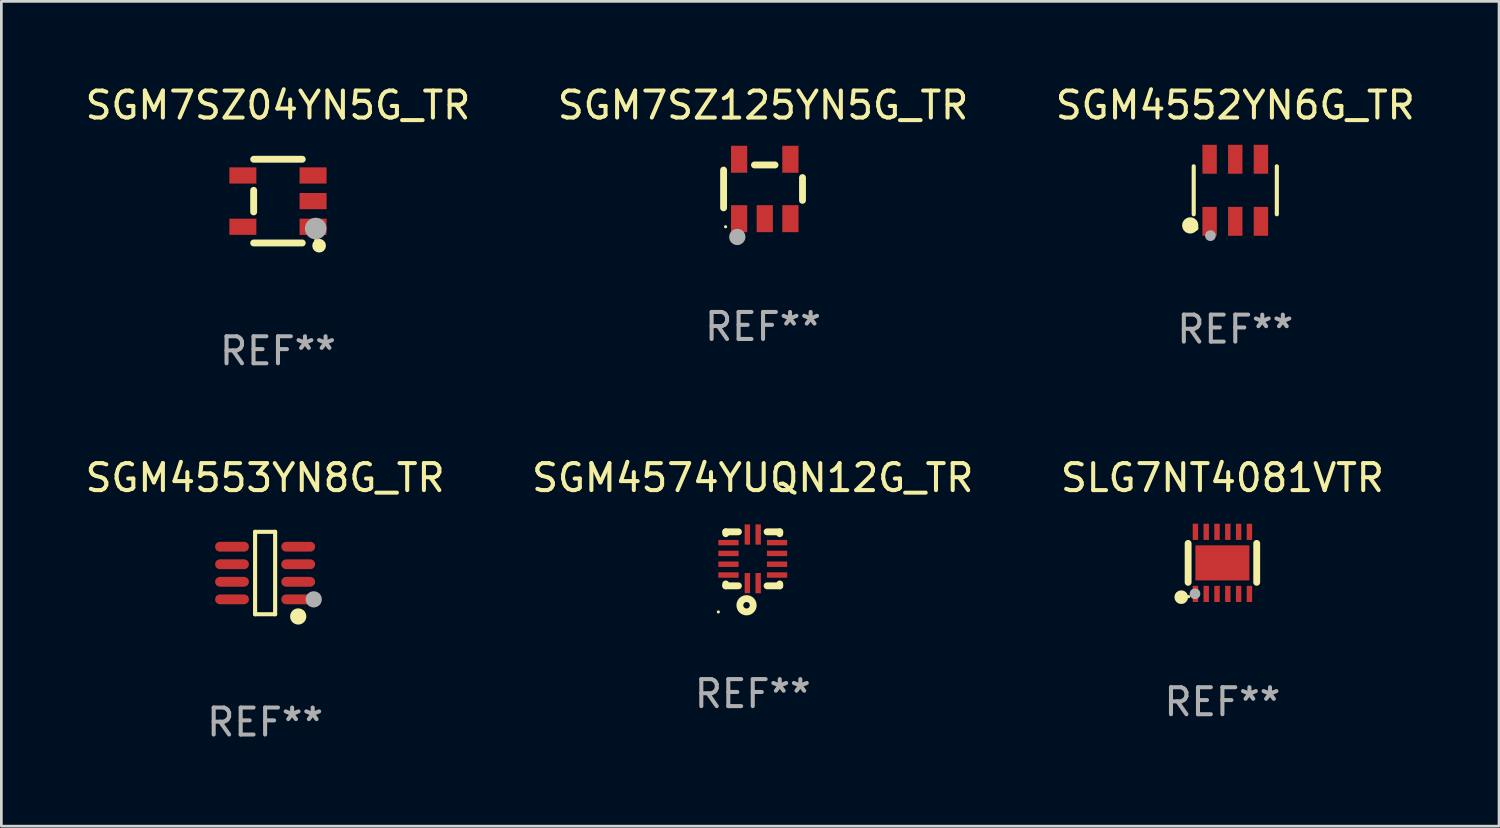
<source format=kicad_pcb>
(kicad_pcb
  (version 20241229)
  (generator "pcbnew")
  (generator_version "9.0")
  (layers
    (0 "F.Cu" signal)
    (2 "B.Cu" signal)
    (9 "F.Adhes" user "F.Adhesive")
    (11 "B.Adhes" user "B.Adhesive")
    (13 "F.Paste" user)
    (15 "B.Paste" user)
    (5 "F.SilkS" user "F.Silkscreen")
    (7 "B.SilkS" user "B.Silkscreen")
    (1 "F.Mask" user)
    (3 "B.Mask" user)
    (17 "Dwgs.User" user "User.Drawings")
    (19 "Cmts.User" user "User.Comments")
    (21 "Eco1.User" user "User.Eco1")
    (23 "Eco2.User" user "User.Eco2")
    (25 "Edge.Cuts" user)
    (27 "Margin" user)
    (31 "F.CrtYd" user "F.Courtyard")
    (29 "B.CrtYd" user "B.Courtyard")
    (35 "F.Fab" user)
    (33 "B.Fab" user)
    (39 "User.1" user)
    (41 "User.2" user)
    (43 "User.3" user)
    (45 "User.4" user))
  (footprint "SLG7NT4081VTR"
    (layer "F.Cu")
    (at 42.22 17.795)
    (property "Reference" "SLG7NT4081VTR" (at 0 -3.15 0) (layer "F.SilkS") (effects (font (size 1 1) (thickness 0.15))))
    (attr through_hole)
    (fp_line (start -1.27 0.721) (end -1.27 -0.721) (stroke (width 0.254) (type solid)) (layer "F.SilkS"))
    (fp_line (start 1.27 -0.721) (end 1.27 0.721) (stroke (width 0.254) (type solid)) (layer "F.SilkS"))
    (fp_circle (center -1.524 1.27) (end -1.397 1.27) (stroke (width 0.254) (type solid)) (fill no) (layer "F.SilkS"))
    (fp_circle (center -1.25 1.25) (end -1.22 1.25) (stroke (width 0.06) (type solid)) (fill no) (layer "F.SilkS"))
    (fp_circle (center -1.016 1.143) (end -0.916 1.143) (stroke (width 0.2) (type solid)) (fill no) (layer "F.Fab"))
    (fp_text user "REF**" (at 0 5.15 0) (layer "F.Fab") (effects (font (size 1 1) (thickness 0.15))))
    (pad "1" smd rect (at -1 1.15) (size 0.2 0.6) (layers "F.Cu" "F.Mask" "F.Paste"))
    (pad "2" smd rect (at -0.6 1.15) (size 0.2 0.6) (layers "F.Cu" "F.Mask" "F.Paste"))
    (pad "3" smd rect (at -0.2 1.15) (size 0.2 0.6) (layers "F.Cu" "F.Mask" "F.Paste"))
    (pad "4" smd rect (at 0.2 1.15) (size 0.2 0.6) (layers "F.Cu" "F.Mask" "F.Paste"))
    (pad "5" smd rect (at 0.6 1.15) (size 0.2 0.6) (layers "F.Cu" "F.Mask" "F.Paste"))
    (pad "6" smd rect (at 1 1.15) (size 0.2 0.6) (layers "F.Cu" "F.Mask" "F.Paste"))
    (pad "7" smd rect (at 1 -1.15) (size 0.2 0.6) (layers "F.Cu" "F.Mask" "F.Paste"))
    (pad "8" smd rect (at 0.6 -1.15) (size 0.2 0.6) (layers "F.Cu" "F.Mask" "F.Paste"))
    (pad "9" smd rect (at 0.2 -1.15) (size 0.2 0.6) (layers "F.Cu" "F.Mask" "F.Paste"))
    (pad "10" smd rect (at -0.2 -1.15) (size 0.2 0.6) (layers "F.Cu" "F.Mask" "F.Paste"))
    (pad "11" smd rect (at -0.6 -1.15) (size 0.2 0.6) (layers "F.Cu" "F.Mask" "F.Paste"))
    (pad "12" smd rect (at -1 -1.15) (size 0.2 0.6) (layers "F.Cu" "F.Mask" "F.Paste"))
    (pad "13" smd rect (at 0 0.000127) (size 2 1.3) (layers "F.Cu" "F.Mask" "F.Paste")))
  (footprint "SGM4552YN6G_TR"
    (layer "F.Cu")
    (at 42.696 3.997)
    (property "Reference" "SGM4552YN6G_TR" (at 0 -3.149 0) (layer "F.SilkS") (effects (font (size 1 1) (thickness 0.15))))
    (attr through_hole)
    (fp_line (start -1.539 0.889) (end -1.539 -0.889) (stroke (width 0.152) (type solid)) (layer "F.SilkS"))
    (fp_line (start 1.539 0.889) (end 1.539 -0.889) (stroke (width 0.152) (type solid)) (layer "F.SilkS"))
    (fp_circle (center -1.668 1.301) (end -1.518 1.301) (stroke (width 0.3) (type solid)) (fill no) (layer "F.SilkS"))
    (fp_circle (center -1.463 1.4) (end -1.413 1.4) (stroke (width 0.1) (type solid)) (fill no) (layer "F.SilkS"))
    (fp_circle (center -0.92 1.68) (end -0.82 1.68) (stroke (width 0.2) (type solid)) (fill no) (layer "F.Fab"))
    (fp_text user "REF**" (at 0 5.149 0) (layer "F.Fab") (effects (font (size 1 1) (thickness 0.15))))
    (pad "1" smd rect (at -0.95 1.149) (size 0.532 1.072) (layers "F.Cu" "F.Mask" "F.Paste"))
    (pad "2" smd rect (at 0 1.149) (size 0.532 1.072) (layers "F.Cu" "F.Mask" "F.Paste"))
    (pad "3" smd rect (at 0.95 1.149) (size 0.532 1.072) (layers "F.Cu" "F.Mask" "F.Paste"))
    (pad "4" smd rect (at 0.95 -1.149) (size 0.532 1.072) (layers "F.Cu" "F.Mask" "F.Paste"))
    (pad "5" smd rect (at 0 -1.149) (size 0.532 1.072) (layers "F.Cu" "F.Mask" "F.Paste"))
    (pad "6" smd rect (at -0.95 -1.149) (size 0.532 1.072) (layers "F.Cu" "F.Mask" "F.Paste")))
  (footprint "SGM7SZ04YN5G_TR"
    (layer "F.Cu")
    (at 7.244 4.398)
    (property "Reference" "SGM7SZ04YN5G_TR" (at 0 -3.55 0) (layer "F.SilkS") (effects (font (size 1 1) (thickness 0.15))))
    (attr through_hole)
    (fp_line (start -0.9 -1.55) (end 0.9 -1.55) (stroke (width 0.254) (type solid)) (layer "F.SilkS"))
    (fp_line (start -0.9 0.4) (end -0.9 -0.4) (stroke (width 0.254) (type solid)) (layer "F.SilkS"))
    (fp_line (start -0.9 1.55) (end 0.9 1.55) (stroke (width 0.254) (type solid)) (layer "F.SilkS"))
    (fp_circle (center 1.4 1.45) (end 1.43 1.45) (stroke (width 0.06) (type solid)) (fill no) (layer "F.SilkS"))
    (fp_circle (center 1.524 1.651) (end 1.651 1.651) (stroke (width 0.254) (type solid)) (fill no) (layer "F.SilkS"))
    (fp_circle (center 1.397 1.016) (end 1.597 1.016) (stroke (width 0.4) (type solid)) (fill no) (layer "F.Fab"))
    (fp_text user "REF**" (at 0 5.55 0) (layer "F.Fab") (effects (font (size 1 1) (thickness 0.15))))
    (pad "1" smd rect (at 1.3 0.95) (size 1 0.6) (layers "F.Cu" "F.Mask" "F.Paste"))
    (pad "2" smd rect (at 1.3 -0.000051) (size 1 0.6) (layers "F.Cu" "F.Mask" "F.Paste"))
    (pad "3" smd rect (at 1.3 -0.95) (size 1 0.6) (layers "F.Cu" "F.Mask" "F.Paste"))
    (pad "4" smd rect (at -1.3 -0.95) (size 1 0.6) (layers "F.Cu" "F.Mask" "F.Paste"))
    (pad "5" smd rect (at -1.3 0.95) (size 1 0.6) (layers "F.Cu" "F.Mask" "F.Paste")))
  (footprint "SGM7SZ125YN5G_TR"
    (layer "F.Cu")
    (at 25.208 3.948)
    (property "Reference" "SGM7SZ125YN5G_TR" (at 0 -3.1 0) (layer "F.SilkS") (effects (font (size 1 1) (thickness 0.15))))
    (attr through_hole)
    (fp_line (start -1.461 -0.699) (end -1.461 0.699) (stroke (width 0.254) (type solid)) (layer "F.SilkS"))
    (fp_line (start -0.318 -0.889) (end 0.445 -0.889) (stroke (width 0.254) (type solid)) (layer "F.SilkS"))
    (fp_line (start 1.461 -0.422) (end 1.461 0.422) (stroke (width 0.254) (type solid)) (layer "F.SilkS"))
    (fp_circle (center -1.387 1.4) (end -1.357 1.4) (stroke (width 0.06) (type solid)) (fill no) (layer "F.SilkS"))
    (fp_circle (center -0.953 1.778) (end -0.802 1.778) (stroke (width 0.3) (type solid)) (fill no) (layer "F.Fab"))
    (fp_text user "REF**" (at 0 5.1 0) (layer "F.Fab") (effects (font (size 1 1) (thickness 0.15))))
    (pad "1" smd rect (at -0.886 1.1) (size 0.6 1) (layers "F.Cu" "F.Mask" "F.Paste"))
    (pad "2" smd rect (at 0.064 1.1) (size 0.6 1) (layers "F.Cu" "F.Mask" "F.Paste"))
    (pad "3" smd rect (at 1.013 1.1) (size 0.6 1) (layers "F.Cu" "F.Mask" "F.Paste"))
    (pad "4" smd rect (at 1.013 -1.1) (size 0.6 1) (layers "F.Cu" "F.Mask" "F.Paste"))
    (pad "5" smd rect (at -0.886 -1.1) (size 0.6 1) (layers "F.Cu" "F.Mask" "F.Paste")))
  (footprint "SGM4574YUQN12G_TR"
    (layer "F.Cu")
    (at 24.827 17.645)
    (property "Reference" "SGM4574YUQN12G_TR" (at 0 -3 0) (layer "F.SilkS") (effects (font (size 1 1) (thickness 0.15))))
    (attr through_hole)
    (fp_line (start -1 -1) (end -0.531 -1) (stroke (width 0.254) (type solid)) (layer "F.SilkS"))
    (fp_line (start -1 -0.931) (end -1 -1) (stroke (width 0.254) (type solid)) (layer "F.SilkS"))
    (fp_line (start -1 1) (end -1 0.931) (stroke (width 0.254) (type solid)) (layer "F.SilkS"))
    (fp_line (start -0.531 1) (end -1 1) (stroke (width 0.254) (type solid)) (layer "F.SilkS"))
    (fp_line (start 0.531 -1) (end 1 -1) (stroke (width 0.254) (type solid)) (layer "F.SilkS"))
    (fp_line (start 1 -0.931) (end 1 -1) (stroke (width 0.254) (type solid)) (layer "F.SilkS"))
    (fp_line (start 1 1) (end 0.531 1) (stroke (width 0.254) (type solid)) (layer "F.SilkS"))
    (fp_line (start 1 1) (end 1 0.931) (stroke (width 0.254) (type solid)) (layer "F.SilkS"))
    (fp_circle (center -1.275 1.967) (end -1.245 1.967) (stroke (width 0.06) (type solid)) (fill no) (layer "F.SilkS"))
    (fp_circle (center -0.23 1.72) (end -0.11 1.72) (stroke (width 0.254) (type solid)) (fill no) (layer "F.SilkS"))
    (fp_text user "REF**" (at 0 5 0) (layer "F.Fab") (effects (font (size 1 1) (thickness 0.15))))
    (pad "1" smd rect (at -0.2 0.9 180) (size 0.2 0.75) (layers "F.Cu" "F.Mask" "F.Paste"))
    (pad "2" smd rect (at 0.2 0.9 180) (size 0.2 0.75) (layers "F.Cu" "F.Mask" "F.Paste"))
    (pad "3" smd rect (at 0.9 0.6 270) (size 0.2 0.75) (layers "F.Cu" "F.Mask" "F.Paste"))
    (pad "4" smd rect (at 0.9 0.2 270) (size 0.2 0.75) (layers "F.Cu" "F.Mask" "F.Paste"))
    (pad "5" smd rect (at 0.9 -0.2 270) (size 0.2 0.75) (layers "F.Cu" "F.Mask" "F.Paste"))
    (pad "6" smd rect (at 0.9 -0.6 270) (size 0.2 0.75) (layers "F.Cu" "F.Mask" "F.Paste"))
    (pad "7" smd rect (at 0.2 -0.9) (size 0.2 0.75) (layers "F.Cu" "F.Mask" "F.Paste"))
    (pad "8" smd rect (at -0.2 -0.9) (size 0.2 0.75) (layers "F.Cu" "F.Mask" "F.Paste"))
    (pad "9" smd rect (at -0.9 -0.6 90) (size 0.2 0.75) (layers "F.Cu" "F.Mask" "F.Paste"))
    (pad "10" smd rect (at -0.9 -0.2 90) (size 0.2 0.75) (layers "F.Cu" "F.Mask" "F.Paste"))
    (pad "11" smd rect (at -0.9 0.2 90) (size 0.2 0.75) (layers "F.Cu" "F.Mask" "F.Paste"))
    (pad "12" smd rect (at -0.9 0.6 90) (size 0.2 0.75) (layers "F.Cu" "F.Mask" "F.Paste")))
  (footprint "SGM4553YN8G_TR"
    (layer "F.Cu")
    (at 6.768 18.171)
    (property "Reference" "SGM4553YN8G_TR" (at 0 -3.526 0) (layer "F.SilkS") (effects (font (size 1 1) (thickness 0.15))))
    (attr through_hole)
    (fp_line (start -0.371 -1.526) (end 0.371 -1.526) (stroke (width 0.152) (type solid)) (layer "F.SilkS"))
    (fp_line (start -0.371 1.526) (end -0.371 -1.526) (stroke (width 0.152) (type solid)) (layer "F.SilkS"))
    (fp_line (start 0.371 -1.526) (end 0.371 1.526) (stroke (width 0.152) (type solid)) (layer "F.SilkS"))
    (fp_line (start 0.371 1.526) (end -0.371 1.526) (stroke (width 0.152) (type solid)) (layer "F.SilkS"))
    (fp_circle (center 1.226 1.609) (end 1.376 1.609) (stroke (width 0.3) (type solid)) (fill no) (layer "F.SilkS"))
    (fp_circle (center 1.4 1.45) (end 1.43 1.45) (stroke (width 0.06) (type solid)) (fill no) (layer "F.SilkS"))
    (fp_circle (center 1.8 0.975) (end 1.95 0.975) (stroke (width 0.3) (type solid)) (fill no) (layer "F.Fab"))
    (fp_text user "REF**" (at 0 5.526 0) (layer "F.Fab") (effects (font (size 1 1) (thickness 0.15))))
    (pad "1" smd oval (at 1.226 0.975) (size 1.252 0.364) (layers "F.Cu" "F.Mask" "F.Paste"))
    (pad "2" smd oval (at 1.226 0.325) (size 1.252 0.364) (layers "F.Cu" "F.Mask" "F.Paste"))
    (pad "3" smd oval (at 1.226 -0.325) (size 1.252 0.364) (layers "F.Cu" "F.Mask" "F.Paste"))
    (pad "4" smd oval (at 1.226 -0.975) (size 1.252 0.364) (layers "F.Cu" "F.Mask" "F.Paste"))
    (pad "5" smd oval (at -1.226 -0.975) (size 1.252 0.364) (layers "F.Cu" "F.Mask" "F.Paste"))
    (pad "6" smd oval (at -1.226 -0.325) (size 1.252 0.364) (layers "F.Cu" "F.Mask" "F.Paste"))
    (pad "7" smd oval (at -1.226 0.325) (size 1.252 0.364) (layers "F.Cu" "F.Mask" "F.Paste"))
    (pad "8" smd oval (at -1.226 0.975) (size 1.252 0.364) (layers "F.Cu" "F.Mask" "F.Paste")))
  (gr_rect
    (start -3 -3)
    (end 52.464 27.545)
    (stroke (width 0.1) (type default))
    (fill no)
    (layer "Edge.Cuts")))
</source>
